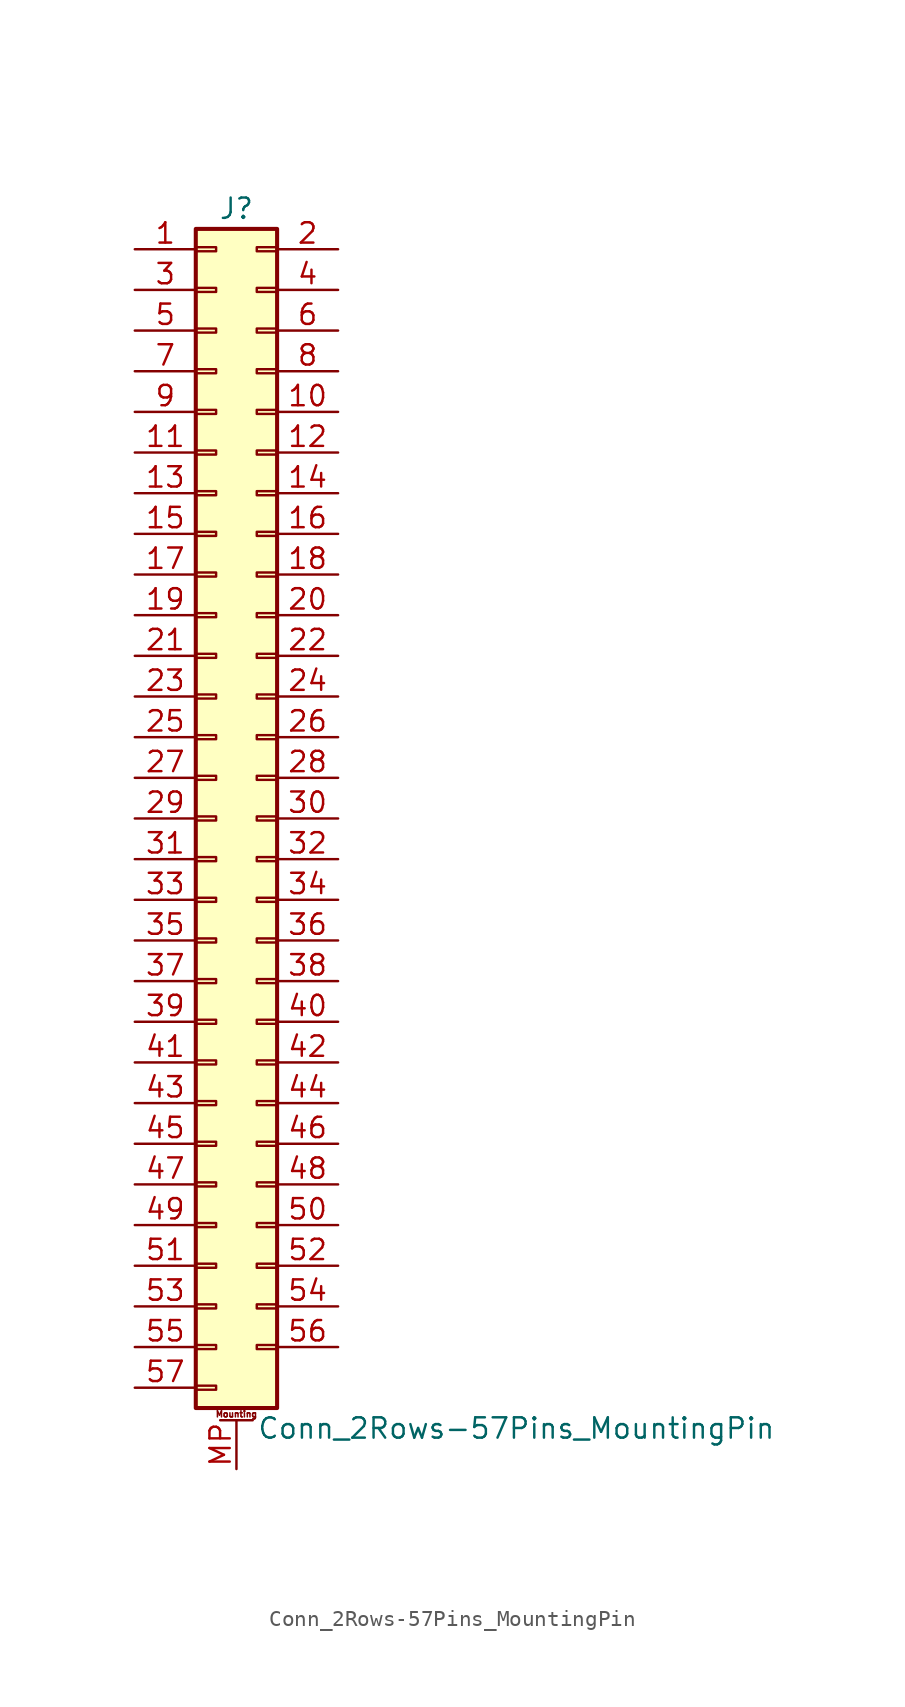
<source format=kicad_sym>
(kicad_symbol_lib
  (version 20201005)
  (generator kicad_symbol_editor)
  (symbol "Conn_2Rows-57Pins_MountingPin"
    (pin_names
      (offset 1.016) hide)
    (property "Reference" "J"
      (at 1.27 38.1 0)
      (effects (font (size 1.27 1.27))))
    (property "Value" "Conn_2Rows-57Pins_MountingPin"
      (at 2.54 -38.1 0)
      (effects (font (size 1.27 1.27)) (justify left)))
    (symbol "Conn_2Rows-57Pins_MountingPin_1_1"
      (text "Mounting" (at 1.27 -37.211 0) (effects (font (size 0.381 0.381))))
      (rectangle (start -1.27 -35.433) (end 0 -35.687) (stroke (width 0.152)) (fill (type none)))
      (rectangle (start -1.27 -32.893) (end 0 -33.147) (stroke (width 0.152)) (fill (type none)))
      (rectangle (start -1.27 -30.353) (end 0 -30.607) (stroke (width 0.152)) (fill (type none)))
      (rectangle (start -1.27 -27.813) (end 0 -28.067) (stroke (width 0.152)) (fill (type none)))
      (rectangle (start -1.27 -25.273) (end 0 -25.527) (stroke (width 0.152)) (fill (type none)))
      (rectangle (start -1.27 -22.733) (end 0 -22.987) (stroke (width 0.152)) (fill (type none)))
      (rectangle (start -1.27 -20.193) (end 0 -20.447) (stroke (width 0.152)) (fill (type none)))
      (rectangle (start -1.27 -17.653) (end 0 -17.907) (stroke (width 0.152)) (fill (type none)))
      (rectangle (start -1.27 -15.113) (end 0 -15.367) (stroke (width 0.152)) (fill (type none)))
      (rectangle (start -1.27 -12.573) (end 0 -12.827) (stroke (width 0.152)) (fill (type none)))
      (rectangle (start -1.27 -10.033) (end 0 -10.287) (stroke (width 0.152)) (fill (type none)))
      (rectangle (start -1.27 -7.493) (end 0 -7.747) (stroke (width 0.152)) (fill (type none)))
      (rectangle (start -1.27 -4.953) (end 0 -5.207) (stroke (width 0.152)) (fill (type none)))
      (rectangle (start -1.27 -2.413) (end 0 -2.667) (stroke (width 0.152)) (fill (type none)))
      (rectangle (start -1.27 0.127) (end 0 -0.127) (stroke (width 0.152)) (fill (type none)))
      (rectangle (start -1.27 2.667) (end 0 2.413) (stroke (width 0.152)) (fill (type none)))
      (rectangle (start -1.27 5.207) (end 0 4.953) (stroke (width 0.152)) (fill (type none)))
      (rectangle (start -1.27 7.747) (end 0 7.493) (stroke (width 0.152)) (fill (type none)))
      (rectangle (start -1.27 10.287) (end 0 10.033) (stroke (width 0.152)) (fill (type none)))
      (rectangle (start -1.27 12.827) (end 0 12.573) (stroke (width 0.152)) (fill (type none)))
      (rectangle (start -1.27 15.367) (end 0 15.113) (stroke (width 0.152)) (fill (type none)))
      (rectangle (start -1.27 17.907) (end 0 17.653) (stroke (width 0.152)) (fill (type none)))
      (rectangle (start -1.27 20.447) (end 0 20.193) (stroke (width 0.152)) (fill (type none)))
      (rectangle (start -1.27 22.987) (end 0 22.733) (stroke (width 0.152)) (fill (type none)))
      (rectangle (start -1.27 25.527) (end 0 25.273) (stroke (width 0.152)) (fill (type none)))
      (rectangle (start -1.27 28.067) (end 0 27.813) (stroke (width 0.152)) (fill (type none)))
      (rectangle (start -1.27 30.607) (end 0 30.353) (stroke (width 0.152)) (fill (type none)))
      (rectangle (start -1.27 33.147) (end 0 32.893) (stroke (width 0.152)) (fill (type none)))
      (rectangle (start -1.27 35.687) (end 0 35.433) (stroke (width 0.152)) (fill (type none)))
      (rectangle (start -1.27 36.83) (end 3.81 -36.83) (stroke (width 0.254)) (fill (type background)))
      (rectangle (start 3.81 -32.893) (end 2.54 -33.147) (stroke (width 0.152)) (fill (type none)))
      (rectangle (start 3.81 -30.353) (end 2.54 -30.607) (stroke (width 0.152)) (fill (type none)))
      (rectangle (start 3.81 -27.813) (end 2.54 -28.067) (stroke (width 0.152)) (fill (type none)))
      (rectangle (start 3.81 -25.273) (end 2.54 -25.527) (stroke (width 0.152)) (fill (type none)))
      (rectangle (start 3.81 -22.733) (end 2.54 -22.987) (stroke (width 0.152)) (fill (type none)))
      (rectangle (start 3.81 -20.193) (end 2.54 -20.447) (stroke (width 0.152)) (fill (type none)))
      (rectangle (start 3.81 -17.653) (end 2.54 -17.907) (stroke (width 0.152)) (fill (type none)))
      (rectangle (start 3.81 -15.113) (end 2.54 -15.367) (stroke (width 0.152)) (fill (type none)))
      (rectangle (start 3.81 -12.573) (end 2.54 -12.827) (stroke (width 0.152)) (fill (type none)))
      (rectangle (start 3.81 -10.033) (end 2.54 -10.287) (stroke (width 0.152)) (fill (type none)))
      (rectangle (start 3.81 -7.493) (end 2.54 -7.747) (stroke (width 0.152)) (fill (type none)))
      (rectangle (start 3.81 -4.953) (end 2.54 -5.207) (stroke (width 0.152)) (fill (type none)))
      (rectangle (start 3.81 -2.413) (end 2.54 -2.667) (stroke (width 0.152)) (fill (type none)))
      (rectangle (start 3.81 0.127) (end 2.54 -0.127) (stroke (width 0.152)) (fill (type none)))
      (rectangle (start 3.81 2.667) (end 2.54 2.413) (stroke (width 0.152)) (fill (type none)))
      (rectangle (start 3.81 5.207) (end 2.54 4.953) (stroke (width 0.152)) (fill (type none)))
      (rectangle (start 3.81 7.747) (end 2.54 7.493) (stroke (width 0.152)) (fill (type none)))
      (rectangle (start 3.81 10.287) (end 2.54 10.033) (stroke (width 0.152)) (fill (type none)))
      (rectangle (start 3.81 12.827) (end 2.54 12.573) (stroke (width 0.152)) (fill (type none)))
      (rectangle (start 3.81 15.367) (end 2.54 15.113) (stroke (width 0.152)) (fill (type none)))
      (rectangle (start 3.81 17.907) (end 2.54 17.653) (stroke (width 0.152)) (fill (type none)))
      (rectangle (start 3.81 20.447) (end 2.54 20.193) (stroke (width 0.152)) (fill (type none)))
      (rectangle (start 3.81 22.987) (end 2.54 22.733) (stroke (width 0.152)) (fill (type none)))
      (rectangle (start 3.81 25.527) (end 2.54 25.273) (stroke (width 0.152)) (fill (type none)))
      (rectangle (start 3.81 28.067) (end 2.54 27.813) (stroke (width 0.152)) (fill (type none)))
      (rectangle (start 3.81 30.607) (end 2.54 30.353) (stroke (width 0.152)) (fill (type none)))
      (rectangle (start 3.81 33.147) (end 2.54 32.893) (stroke (width 0.152)) (fill (type none)))
      (rectangle (start 3.81 35.687) (end 2.54 35.433) (stroke (width 0.152)) (fill (type none)))
      (polyline (pts (xy 0.254 -37.592) (xy 2.286 -37.592)) (stroke (width 0.152)) (fill (type none)))
      (pin passive line (at -5.08 35.56 0) (length 3.81) (name "Pin_1" (effects (font (size 1.27 1.27)))) (number "1" (effects (font (size 1.27 1.27)))))
      (pin passive line (at 7.62 25.4 180) (length 3.81) (name "Pin_10" (effects (font (size 1.27 1.27)))) (number "10" (effects (font (size 1.27 1.27)))))
      (pin passive line (at -5.08 22.86 0) (length 3.81) (name "Pin_11" (effects (font (size 1.27 1.27)))) (number "11" (effects (font (size 1.27 1.27)))))
      (pin passive line (at 7.62 22.86 180) (length 3.81) (name "Pin_12" (effects (font (size 1.27 1.27)))) (number "12" (effects (font (size 1.27 1.27)))))
      (pin passive line (at -5.08 20.32 0) (length 3.81) (name "Pin_13" (effects (font (size 1.27 1.27)))) (number "13" (effects (font (size 1.27 1.27)))))
      (pin passive line (at 7.62 20.32 180) (length 3.81) (name "Pin_14" (effects (font (size 1.27 1.27)))) (number "14" (effects (font (size 1.27 1.27)))))
      (pin passive line (at -5.08 17.78 0) (length 3.81) (name "Pin_15" (effects (font (size 1.27 1.27)))) (number "15" (effects (font (size 1.27 1.27)))))
      (pin passive line (at 7.62 17.78 180) (length 3.81) (name "Pin_16" (effects (font (size 1.27 1.27)))) (number "16" (effects (font (size 1.27 1.27)))))
      (pin passive line (at -5.08 15.24 0) (length 3.81) (name "Pin_17" (effects (font (size 1.27 1.27)))) (number "17" (effects (font (size 1.27 1.27)))))
      (pin passive line (at 7.62 15.24 180) (length 3.81) (name "Pin_18" (effects (font (size 1.27 1.27)))) (number "18" (effects (font (size 1.27 1.27)))))
      (pin passive line (at -5.08 12.7 0) (length 3.81) (name "Pin_19" (effects (font (size 1.27 1.27)))) (number "19" (effects (font (size 1.27 1.27)))))
      (pin passive line (at 7.62 35.56 180) (length 3.81) (name "Pin_2" (effects (font (size 1.27 1.27)))) (number "2" (effects (font (size 1.27 1.27)))))
      (pin passive line (at 7.62 12.7 180) (length 3.81) (name "Pin_20" (effects (font (size 1.27 1.27)))) (number "20" (effects (font (size 1.27 1.27)))))
      (pin passive line (at -5.08 10.16 0) (length 3.81) (name "Pin_21" (effects (font (size 1.27 1.27)))) (number "21" (effects (font (size 1.27 1.27)))))
      (pin passive line (at 7.62 10.16 180) (length 3.81) (name "Pin_22" (effects (font (size 1.27 1.27)))) (number "22" (effects (font (size 1.27 1.27)))))
      (pin passive line (at -5.08 7.62 0) (length 3.81) (name "Pin_23" (effects (font (size 1.27 1.27)))) (number "23" (effects (font (size 1.27 1.27)))))
      (pin passive line (at 7.62 7.62 180) (length 3.81) (name "Pin_24" (effects (font (size 1.27 1.27)))) (number "24" (effects (font (size 1.27 1.27)))))
      (pin passive line (at -5.08 5.08 0) (length 3.81) (name "Pin_25" (effects (font (size 1.27 1.27)))) (number "25" (effects (font (size 1.27 1.27)))))
      (pin passive line (at 7.62 5.08 180) (length 3.81) (name "Pin_26" (effects (font (size 1.27 1.27)))) (number "26" (effects (font (size 1.27 1.27)))))
      (pin passive line (at -5.08 2.54 0) (length 3.81) (name "Pin_27" (effects (font (size 1.27 1.27)))) (number "27" (effects (font (size 1.27 1.27)))))
      (pin passive line (at 7.62 2.54 180) (length 3.81) (name "Pin_28" (effects (font (size 1.27 1.27)))) (number "28" (effects (font (size 1.27 1.27)))))
      (pin passive line (at -5.08 0 0) (length 3.81) (name "Pin_29" (effects (font (size 1.27 1.27)))) (number "29" (effects (font (size 1.27 1.27)))))
      (pin passive line (at -5.08 33.02 0) (length 3.81) (name "Pin_3" (effects (font (size 1.27 1.27)))) (number "3" (effects (font (size 1.27 1.27)))))
      (pin passive line (at 7.62 0 180) (length 3.81) (name "Pin_30" (effects (font (size 1.27 1.27)))) (number "30" (effects (font (size 1.27 1.27)))))
      (pin passive line (at -5.08 -2.54 0) (length 3.81) (name "Pin_31" (effects (font (size 1.27 1.27)))) (number "31" (effects (font (size 1.27 1.27)))))
      (pin passive line (at 7.62 -2.54 180) (length 3.81) (name "Pin_32" (effects (font (size 1.27 1.27)))) (number "32" (effects (font (size 1.27 1.27)))))
      (pin passive line (at -5.08 -5.08 0) (length 3.81) (name "Pin_33" (effects (font (size 1.27 1.27)))) (number "33" (effects (font (size 1.27 1.27)))))
      (pin passive line (at 7.62 -5.08 180) (length 3.81) (name "Pin_34" (effects (font (size 1.27 1.27)))) (number "34" (effects (font (size 1.27 1.27)))))
      (pin passive line (at -5.08 -7.62 0) (length 3.81) (name "Pin_35" (effects (font (size 1.27 1.27)))) (number "35" (effects (font (size 1.27 1.27)))))
      (pin passive line (at 7.62 -7.62 180) (length 3.81) (name "Pin_36" (effects (font (size 1.27 1.27)))) (number "36" (effects (font (size 1.27 1.27)))))
      (pin passive line (at -5.08 -10.16 0) (length 3.81) (name "Pin_37" (effects (font (size 1.27 1.27)))) (number "37" (effects (font (size 1.27 1.27)))))
      (pin passive line (at 7.62 -10.16 180) (length 3.81) (name "Pin_38" (effects (font (size 1.27 1.27)))) (number "38" (effects (font (size 1.27 1.27)))))
      (pin passive line (at -5.08 -12.7 0) (length 3.81) (name "Pin_39" (effects (font (size 1.27 1.27)))) (number "39" (effects (font (size 1.27 1.27)))))
      (pin passive line (at 7.62 33.02 180) (length 3.81) (name "Pin_4" (effects (font (size 1.27 1.27)))) (number "4" (effects (font (size 1.27 1.27)))))
      (pin passive line (at 7.62 -12.7 180) (length 3.81) (name "Pin_40" (effects (font (size 1.27 1.27)))) (number "40" (effects (font (size 1.27 1.27)))))
      (pin passive line (at -5.08 -15.24 0) (length 3.81) (name "Pin_41" (effects (font (size 1.27 1.27)))) (number "41" (effects (font (size 1.27 1.27)))))
      (pin passive line (at 7.62 -15.24 180) (length 3.81) (name "Pin_42" (effects (font (size 1.27 1.27)))) (number "42" (effects (font (size 1.27 1.27)))))
      (pin passive line (at -5.08 -17.78 0) (length 3.81) (name "Pin_43" (effects (font (size 1.27 1.27)))) (number "43" (effects (font (size 1.27 1.27)))))
      (pin passive line (at 7.62 -17.78 180) (length 3.81) (name "Pin_44" (effects (font (size 1.27 1.27)))) (number "44" (effects (font (size 1.27 1.27)))))
      (pin passive line (at -5.08 -20.32 0) (length 3.81) (name "Pin_45" (effects (font (size 1.27 1.27)))) (number "45" (effects (font (size 1.27 1.27)))))
      (pin passive line (at 7.62 -20.32 180) (length 3.81) (name "Pin_46" (effects (font (size 1.27 1.27)))) (number "46" (effects (font (size 1.27 1.27)))))
      (pin passive line (at -5.08 -22.86 0) (length 3.81) (name "Pin_47" (effects (font (size 1.27 1.27)))) (number "47" (effects (font (size 1.27 1.27)))))
      (pin passive line (at 7.62 -22.86 180) (length 3.81) (name "Pin_48" (effects (font (size 1.27 1.27)))) (number "48" (effects (font (size 1.27 1.27)))))
      (pin passive line (at -5.08 -25.4 0) (length 3.81) (name "Pin_49" (effects (font (size 1.27 1.27)))) (number "49" (effects (font (size 1.27 1.27)))))
      (pin passive line (at -5.08 30.48 0) (length 3.81) (name "Pin_5" (effects (font (size 1.27 1.27)))) (number "5" (effects (font (size 1.27 1.27)))))
      (pin passive line (at 7.62 -25.4 180) (length 3.81) (name "Pin_50" (effects (font (size 1.27 1.27)))) (number "50" (effects (font (size 1.27 1.27)))))
      (pin passive line (at -5.08 -27.94 0) (length 3.81) (name "Pin_51" (effects (font (size 1.27 1.27)))) (number "51" (effects (font (size 1.27 1.27)))))
      (pin passive line (at 7.62 -27.94 180) (length 3.81) (name "Pin_52" (effects (font (size 1.27 1.27)))) (number "52" (effects (font (size 1.27 1.27)))))
      (pin passive line (at -5.08 -30.48 0) (length 3.81) (name "Pin_53" (effects (font (size 1.27 1.27)))) (number "53" (effects (font (size 1.27 1.27)))))
      (pin passive line (at 7.62 -30.48 180) (length 3.81) (name "Pin_54" (effects (font (size 1.27 1.27)))) (number "54" (effects (font (size 1.27 1.27)))))
      (pin passive line (at -5.08 -33.02 0) (length 3.81) (name "Pin_55" (effects (font (size 1.27 1.27)))) (number "55" (effects (font (size 1.27 1.27)))))
      (pin passive line (at 7.62 -33.02 180) (length 3.81) (name "Pin_56" (effects (font (size 1.27 1.27)))) (number "56" (effects (font (size 1.27 1.27)))))
      (pin passive line (at -5.08 -35.56 0) (length 3.81) (name "Pin_57" (effects (font (size 1.27 1.27)))) (number "57" (effects (font (size 1.27 1.27)))))
      (pin passive line (at 7.62 30.48 180) (length 3.81) (name "Pin_6" (effects (font (size 1.27 1.27)))) (number "6" (effects (font (size 1.27 1.27)))))
      (pin passive line (at -5.08 27.94 0) (length 3.81) (name "Pin_7" (effects (font (size 1.27 1.27)))) (number "7" (effects (font (size 1.27 1.27)))))
      (pin passive line (at 7.62 27.94 180) (length 3.81) (name "Pin_8" (effects (font (size 1.27 1.27)))) (number "8" (effects (font (size 1.27 1.27)))))
      (pin passive line (at -5.08 25.4 0) (length 3.81) (name "Pin_9" (effects (font (size 1.27 1.27)))) (number "9" (effects (font (size 1.27 1.27)))))
      (pin passive line (at 1.27 -40.64 90) (length 3.048) (name "MountPin" (effects (font (size 1.27 1.27)))) (number "MP" (effects (font (size 1.27 1.27))))))))
</source>
